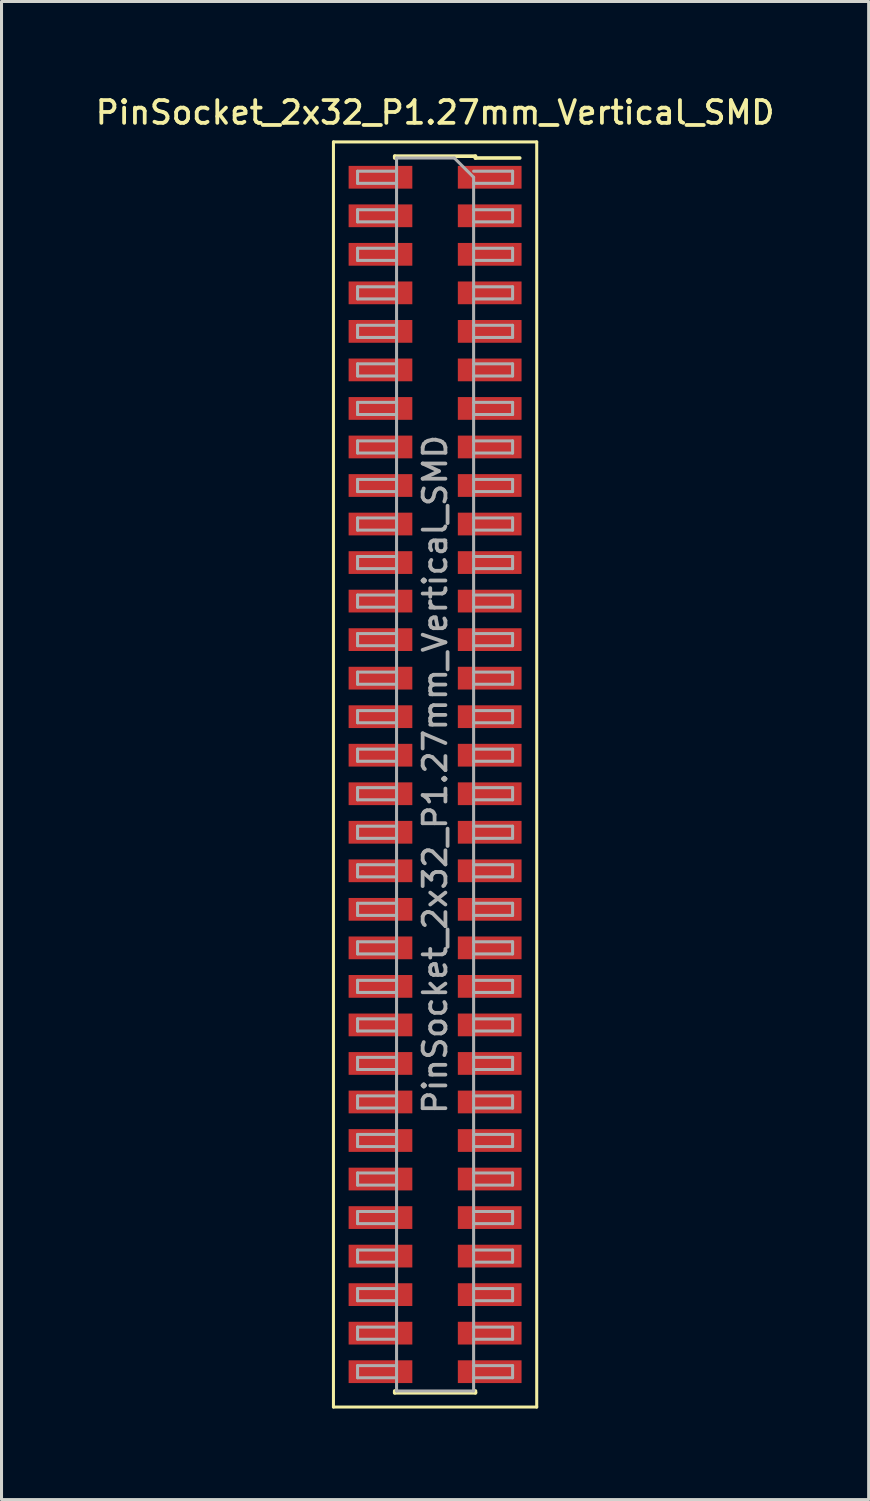
<source format=kicad_pcb>
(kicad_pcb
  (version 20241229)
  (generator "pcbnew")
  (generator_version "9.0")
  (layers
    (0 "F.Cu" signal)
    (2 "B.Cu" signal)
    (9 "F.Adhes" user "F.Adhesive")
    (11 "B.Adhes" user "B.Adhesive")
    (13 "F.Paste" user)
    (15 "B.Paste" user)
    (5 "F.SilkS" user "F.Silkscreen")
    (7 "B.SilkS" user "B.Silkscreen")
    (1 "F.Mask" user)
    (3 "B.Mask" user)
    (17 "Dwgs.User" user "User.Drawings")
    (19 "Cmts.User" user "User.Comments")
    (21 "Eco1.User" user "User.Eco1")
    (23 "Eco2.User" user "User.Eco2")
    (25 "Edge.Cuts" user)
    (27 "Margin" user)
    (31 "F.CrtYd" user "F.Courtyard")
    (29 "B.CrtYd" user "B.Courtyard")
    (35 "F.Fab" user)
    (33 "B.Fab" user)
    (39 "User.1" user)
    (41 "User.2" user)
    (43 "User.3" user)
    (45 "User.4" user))
  (footprint "PinSocket_2x32_P1.27mm_Vertical_SMD"
    (layer "F.Cu")
    (at 11.291 22.478)
    (property "Reference" "PinSocket_2x32_P1.27mm_Vertical_SMD" (at 0 -21.82 0) (layer "F.SilkS") (effects (font (size 0.75 0.75) (thickness 0.125))))
    (attr smd)
    (fp_line (start -3.35 -20.85) (end 3.35 -20.85) (stroke (width 0.1) (type solid)) (layer "F.SilkS"))
    (fp_line (start -3.35 20.85) (end -3.35 -20.85) (stroke (width 0.1) (type solid)) (layer "F.SilkS"))
    (fp_line (start -1.33 -20.38) (end -1.33 -20.32) (stroke (width 0.12) (type solid)) (layer "F.SilkS"))
    (fp_line (start -1.33 -20.38) (end 1.33 -20.38) (stroke (width 0.12) (type solid)) (layer "F.SilkS"))
    (fp_line (start -1.33 20.32) (end -1.33 20.38) (stroke (width 0.12) (type solid)) (layer "F.SilkS"))
    (fp_line (start -1.33 20.38) (end 1.33 20.38) (stroke (width 0.12) (type solid)) (layer "F.SilkS"))
    (fp_line (start 1.33 -20.38) (end 1.33 -20.32) (stroke (width 0.12) (type solid)) (layer "F.SilkS"))
    (fp_line (start 1.33 -20.32) (end 2.79 -20.32) (stroke (width 0.12) (type solid)) (layer "F.SilkS"))
    (fp_line (start 1.33 20.32) (end 1.33 20.38) (stroke (width 0.12) (type solid)) (layer "F.SilkS"))
    (fp_line (start 3.35 -20.85) (end 3.35 20.85) (stroke (width 0.1) (type solid)) (layer "F.SilkS"))
    (fp_line (start 3.35 20.85) (end -3.35 20.85) (stroke (width 0.1) (type solid)) (layer "F.SilkS"))
    (fp_line (start -2.555 -19.885) (end -1.27 -19.885) (stroke (width 0.1) (type solid)) (layer "F.Fab"))
    (fp_line (start -2.555 -19.485) (end -2.555 -19.885) (stroke (width 0.1) (type solid)) (layer "F.Fab"))
    (fp_line (start -2.555 -18.615) (end -1.27 -18.615) (stroke (width 0.1) (type solid)) (layer "F.Fab"))
    (fp_line (start -2.555 -18.215) (end -2.555 -18.615) (stroke (width 0.1) (type solid)) (layer "F.Fab"))
    (fp_line (start -2.555 -17.345) (end -1.27 -17.345) (stroke (width 0.1) (type solid)) (layer "F.Fab"))
    (fp_line (start -2.555 -16.945) (end -2.555 -17.345) (stroke (width 0.1) (type solid)) (layer "F.Fab"))
    (fp_line (start -2.555 -16.075) (end -1.27 -16.075) (stroke (width 0.1) (type solid)) (layer "F.Fab"))
    (fp_line (start -2.555 -15.675) (end -2.555 -16.075) (stroke (width 0.1) (type solid)) (layer "F.Fab"))
    (fp_line (start -2.555 -14.805) (end -1.27 -14.805) (stroke (width 0.1) (type solid)) (layer "F.Fab"))
    (fp_line (start -2.555 -14.405) (end -2.555 -14.805) (stroke (width 0.1) (type solid)) (layer "F.Fab"))
    (fp_line (start -2.555 -13.535) (end -1.27 -13.535) (stroke (width 0.1) (type solid)) (layer "F.Fab"))
    (fp_line (start -2.555 -13.135) (end -2.555 -13.535) (stroke (width 0.1) (type solid)) (layer "F.Fab"))
    (fp_line (start -2.555 -12.265) (end -1.27 -12.265) (stroke (width 0.1) (type solid)) (layer "F.Fab"))
    (fp_line (start -2.555 -11.865) (end -2.555 -12.265) (stroke (width 0.1) (type solid)) (layer "F.Fab"))
    (fp_line (start -2.555 -10.995) (end -1.27 -10.995) (stroke (width 0.1) (type solid)) (layer "F.Fab"))
    (fp_line (start -2.555 -10.595) (end -2.555 -10.995) (stroke (width 0.1) (type solid)) (layer "F.Fab"))
    (fp_line (start -2.555 -9.725) (end -1.27 -9.725) (stroke (width 0.1) (type solid)) (layer "F.Fab"))
    (fp_line (start -2.555 -9.325) (end -2.555 -9.725) (stroke (width 0.1) (type solid)) (layer "F.Fab"))
    (fp_line (start -2.555 -8.455) (end -1.27 -8.455) (stroke (width 0.1) (type solid)) (layer "F.Fab"))
    (fp_line (start -2.555 -8.055) (end -2.555 -8.455) (stroke (width 0.1) (type solid)) (layer "F.Fab"))
    (fp_line (start -2.555 -7.185) (end -1.27 -7.185) (stroke (width 0.1) (type solid)) (layer "F.Fab"))
    (fp_line (start -2.555 -6.785) (end -2.555 -7.185) (stroke (width 0.1) (type solid)) (layer "F.Fab"))
    (fp_line (start -2.555 -5.915) (end -1.27 -5.915) (stroke (width 0.1) (type solid)) (layer "F.Fab"))
    (fp_line (start -2.555 -5.515) (end -2.555 -5.915) (stroke (width 0.1) (type solid)) (layer "F.Fab"))
    (fp_line (start -2.555 -4.645) (end -1.27 -4.645) (stroke (width 0.1) (type solid)) (layer "F.Fab"))
    (fp_line (start -2.555 -4.245) (end -2.555 -4.645) (stroke (width 0.1) (type solid)) (layer "F.Fab"))
    (fp_line (start -2.555 -3.375) (end -1.27 -3.375) (stroke (width 0.1) (type solid)) (layer "F.Fab"))
    (fp_line (start -2.555 -2.975) (end -2.555 -3.375) (stroke (width 0.1) (type solid)) (layer "F.Fab"))
    (fp_line (start -2.555 -2.105) (end -1.27 -2.105) (stroke (width 0.1) (type solid)) (layer "F.Fab"))
    (fp_line (start -2.555 -1.705) (end -2.555 -2.105) (stroke (width 0.1) (type solid)) (layer "F.Fab"))
    (fp_line (start -2.555 -0.835) (end -1.27 -0.835) (stroke (width 0.1) (type solid)) (layer "F.Fab"))
    (fp_line (start -2.555 -0.435) (end -2.555 -0.835) (stroke (width 0.1) (type solid)) (layer "F.Fab"))
    (fp_line (start -2.555 0.435) (end -1.27 0.435) (stroke (width 0.1) (type solid)) (layer "F.Fab"))
    (fp_line (start -2.555 0.835) (end -2.555 0.435) (stroke (width 0.1) (type solid)) (layer "F.Fab"))
    (fp_line (start -2.555 1.705) (end -1.27 1.705) (stroke (width 0.1) (type solid)) (layer "F.Fab"))
    (fp_line (start -2.555 2.105) (end -2.555 1.705) (stroke (width 0.1) (type solid)) (layer "F.Fab"))
    (fp_line (start -2.555 2.975) (end -1.27 2.975) (stroke (width 0.1) (type solid)) (layer "F.Fab"))
    (fp_line (start -2.555 3.375) (end -2.555 2.975) (stroke (width 0.1) (type solid)) (layer "F.Fab"))
    (fp_line (start -2.555 4.245) (end -1.27 4.245) (stroke (width 0.1) (type solid)) (layer "F.Fab"))
    (fp_line (start -2.555 4.645) (end -2.555 4.245) (stroke (width 0.1) (type solid)) (layer "F.Fab"))
    (fp_line (start -2.555 5.515) (end -1.27 5.515) (stroke (width 0.1) (type solid)) (layer "F.Fab"))
    (fp_line (start -2.555 5.915) (end -2.555 5.515) (stroke (width 0.1) (type solid)) (layer "F.Fab"))
    (fp_line (start -2.555 6.785) (end -1.27 6.785) (stroke (width 0.1) (type solid)) (layer "F.Fab"))
    (fp_line (start -2.555 7.185) (end -2.555 6.785) (stroke (width 0.1) (type solid)) (layer "F.Fab"))
    (fp_line (start -2.555 8.055) (end -1.27 8.055) (stroke (width 0.1) (type solid)) (layer "F.Fab"))
    (fp_line (start -2.555 8.455) (end -2.555 8.055) (stroke (width 0.1) (type solid)) (layer "F.Fab"))
    (fp_line (start -2.555 9.325) (end -1.27 9.325) (stroke (width 0.1) (type solid)) (layer "F.Fab"))
    (fp_line (start -2.555 9.725) (end -2.555 9.325) (stroke (width 0.1) (type solid)) (layer "F.Fab"))
    (fp_line (start -2.555 10.595) (end -1.27 10.595) (stroke (width 0.1) (type solid)) (layer "F.Fab"))
    (fp_line (start -2.555 10.995) (end -2.555 10.595) (stroke (width 0.1) (type solid)) (layer "F.Fab"))
    (fp_line (start -2.555 11.865) (end -1.27 11.865) (stroke (width 0.1) (type solid)) (layer "F.Fab"))
    (fp_line (start -2.555 12.265) (end -2.555 11.865) (stroke (width 0.1) (type solid)) (layer "F.Fab"))
    (fp_line (start -2.555 13.135) (end -1.27 13.135) (stroke (width 0.1) (type solid)) (layer "F.Fab"))
    (fp_line (start -2.555 13.535) (end -2.555 13.135) (stroke (width 0.1) (type solid)) (layer "F.Fab"))
    (fp_line (start -2.555 14.405) (end -1.27 14.405) (stroke (width 0.1) (type solid)) (layer "F.Fab"))
    (fp_line (start -2.555 14.805) (end -2.555 14.405) (stroke (width 0.1) (type solid)) (layer "F.Fab"))
    (fp_line (start -2.555 15.675) (end -1.27 15.675) (stroke (width 0.1) (type solid)) (layer "F.Fab"))
    (fp_line (start -2.555 16.075) (end -2.555 15.675) (stroke (width 0.1) (type solid)) (layer "F.Fab"))
    (fp_line (start -2.555 16.945) (end -1.27 16.945) (stroke (width 0.1) (type solid)) (layer "F.Fab"))
    (fp_line (start -2.555 17.345) (end -2.555 16.945) (stroke (width 0.1) (type solid)) (layer "F.Fab"))
    (fp_line (start -2.555 18.215) (end -1.27 18.215) (stroke (width 0.1) (type solid)) (layer "F.Fab"))
    (fp_line (start -2.555 18.615) (end -2.555 18.215) (stroke (width 0.1) (type solid)) (layer "F.Fab"))
    (fp_line (start -2.555 19.485) (end -1.27 19.485) (stroke (width 0.1) (type solid)) (layer "F.Fab"))
    (fp_line (start -2.555 19.885) (end -2.555 19.485) (stroke (width 0.1) (type solid)) (layer "F.Fab"))
    (fp_line (start -1.27 -20.32) (end 0.635 -20.32) (stroke (width 0.1) (type solid)) (layer "F.Fab"))
    (fp_line (start -1.27 -19.485) (end -2.555 -19.485) (stroke (width 0.1) (type solid)) (layer "F.Fab"))
    (fp_line (start -1.27 -18.215) (end -2.555 -18.215) (stroke (width 0.1) (type solid)) (layer "F.Fab"))
    (fp_line (start -1.27 -16.945) (end -2.555 -16.945) (stroke (width 0.1) (type solid)) (layer "F.Fab"))
    (fp_line (start -1.27 -15.675) (end -2.555 -15.675) (stroke (width 0.1) (type solid)) (layer "F.Fab"))
    (fp_line (start -1.27 -14.405) (end -2.555 -14.405) (stroke (width 0.1) (type solid)) (layer "F.Fab"))
    (fp_line (start -1.27 -13.135) (end -2.555 -13.135) (stroke (width 0.1) (type solid)) (layer "F.Fab"))
    (fp_line (start -1.27 -11.865) (end -2.555 -11.865) (stroke (width 0.1) (type solid)) (layer "F.Fab"))
    (fp_line (start -1.27 -10.595) (end -2.555 -10.595) (stroke (width 0.1) (type solid)) (layer "F.Fab"))
    (fp_line (start -1.27 -9.325) (end -2.555 -9.325) (stroke (width 0.1) (type solid)) (layer "F.Fab"))
    (fp_line (start -1.27 -8.055) (end -2.555 -8.055) (stroke (width 0.1) (type solid)) (layer "F.Fab"))
    (fp_line (start -1.27 -6.785) (end -2.555 -6.785) (stroke (width 0.1) (type solid)) (layer "F.Fab"))
    (fp_line (start -1.27 -5.515) (end -2.555 -5.515) (stroke (width 0.1) (type solid)) (layer "F.Fab"))
    (fp_line (start -1.27 -4.245) (end -2.555 -4.245) (stroke (width 0.1) (type solid)) (layer "F.Fab"))
    (fp_line (start -1.27 -2.975) (end -2.555 -2.975) (stroke (width 0.1) (type solid)) (layer "F.Fab"))
    (fp_line (start -1.27 -1.705) (end -2.555 -1.705) (stroke (width 0.1) (type solid)) (layer "F.Fab"))
    (fp_line (start -1.27 -0.435) (end -2.555 -0.435) (stroke (width 0.1) (type solid)) (layer "F.Fab"))
    (fp_line (start -1.27 0.835) (end -2.555 0.835) (stroke (width 0.1) (type solid)) (layer "F.Fab"))
    (fp_line (start -1.27 2.105) (end -2.555 2.105) (stroke (width 0.1) (type solid)) (layer "F.Fab"))
    (fp_line (start -1.27 3.375) (end -2.555 3.375) (stroke (width 0.1) (type solid)) (layer "F.Fab"))
    (fp_line (start -1.27 4.645) (end -2.555 4.645) (stroke (width 0.1) (type solid)) (layer "F.Fab"))
    (fp_line (start -1.27 5.915) (end -2.555 5.915) (stroke (width 0.1) (type solid)) (layer "F.Fab"))
    (fp_line (start -1.27 7.185) (end -2.555 7.185) (stroke (width 0.1) (type solid)) (layer "F.Fab"))
    (fp_line (start -1.27 8.455) (end -2.555 8.455) (stroke (width 0.1) (type solid)) (layer "F.Fab"))
    (fp_line (start -1.27 9.725) (end -2.555 9.725) (stroke (width 0.1) (type solid)) (layer "F.Fab"))
    (fp_line (start -1.27 10.995) (end -2.555 10.995) (stroke (width 0.1) (type solid)) (layer "F.Fab"))
    (fp_line (start -1.27 12.265) (end -2.555 12.265) (stroke (width 0.1) (type solid)) (layer "F.Fab"))
    (fp_line (start -1.27 13.535) (end -2.555 13.535) (stroke (width 0.1) (type solid)) (layer "F.Fab"))
    (fp_line (start -1.27 14.805) (end -2.555 14.805) (stroke (width 0.1) (type solid)) (layer "F.Fab"))
    (fp_line (start -1.27 16.075) (end -2.555 16.075) (stroke (width 0.1) (type solid)) (layer "F.Fab"))
    (fp_line (start -1.27 17.345) (end -2.555 17.345) (stroke (width 0.1) (type solid)) (layer "F.Fab"))
    (fp_line (start -1.27 18.615) (end -2.555 18.615) (stroke (width 0.1) (type solid)) (layer "F.Fab"))
    (fp_line (start -1.27 19.885) (end -2.555 19.885) (stroke (width 0.1) (type solid)) (layer "F.Fab"))
    (fp_line (start -1.27 20.32) (end -1.27 -20.32) (stroke (width 0.1) (type solid)) (layer "F.Fab"))
    (fp_line (start 0.635 -20.32) (end 1.27 -19.685) (stroke (width 0.1) (type solid)) (layer "F.Fab"))
    (fp_line (start 1.27 -19.885) (end 2.555 -19.885) (stroke (width 0.1) (type solid)) (layer "F.Fab"))
    (fp_line (start 1.27 -19.685) (end 1.27 20.32) (stroke (width 0.1) (type solid)) (layer "F.Fab"))
    (fp_line (start 1.27 -18.615) (end 2.555 -18.615) (stroke (width 0.1) (type solid)) (layer "F.Fab"))
    (fp_line (start 1.27 -17.345) (end 2.555 -17.345) (stroke (width 0.1) (type solid)) (layer "F.Fab"))
    (fp_line (start 1.27 -16.075) (end 2.555 -16.075) (stroke (width 0.1) (type solid)) (layer "F.Fab"))
    (fp_line (start 1.27 -14.805) (end 2.555 -14.805) (stroke (width 0.1) (type solid)) (layer "F.Fab"))
    (fp_line (start 1.27 -13.535) (end 2.555 -13.535) (stroke (width 0.1) (type solid)) (layer "F.Fab"))
    (fp_line (start 1.27 -12.265) (end 2.555 -12.265) (stroke (width 0.1) (type solid)) (layer "F.Fab"))
    (fp_line (start 1.27 -10.995) (end 2.555 -10.995) (stroke (width 0.1) (type solid)) (layer "F.Fab"))
    (fp_line (start 1.27 -9.725) (end 2.555 -9.725) (stroke (width 0.1) (type solid)) (layer "F.Fab"))
    (fp_line (start 1.27 -8.455) (end 2.555 -8.455) (stroke (width 0.1) (type solid)) (layer "F.Fab"))
    (fp_line (start 1.27 -7.185) (end 2.555 -7.185) (stroke (width 0.1) (type solid)) (layer "F.Fab"))
    (fp_line (start 1.27 -5.915) (end 2.555 -5.915) (stroke (width 0.1) (type solid)) (layer "F.Fab"))
    (fp_line (start 1.27 -4.645) (end 2.555 -4.645) (stroke (width 0.1) (type solid)) (layer "F.Fab"))
    (fp_line (start 1.27 -3.375) (end 2.555 -3.375) (stroke (width 0.1) (type solid)) (layer "F.Fab"))
    (fp_line (start 1.27 -2.105) (end 2.555 -2.105) (stroke (width 0.1) (type solid)) (layer "F.Fab"))
    (fp_line (start 1.27 -0.835) (end 2.555 -0.835) (stroke (width 0.1) (type solid)) (layer "F.Fab"))
    (fp_line (start 1.27 0.435) (end 2.555 0.435) (stroke (width 0.1) (type solid)) (layer "F.Fab"))
    (fp_line (start 1.27 1.705) (end 2.555 1.705) (stroke (width 0.1) (type solid)) (layer "F.Fab"))
    (fp_line (start 1.27 2.975) (end 2.555 2.975) (stroke (width 0.1) (type solid)) (layer "F.Fab"))
    (fp_line (start 1.27 4.245) (end 2.555 4.245) (stroke (width 0.1) (type solid)) (layer "F.Fab"))
    (fp_line (start 1.27 5.515) (end 2.555 5.515) (stroke (width 0.1) (type solid)) (layer "F.Fab"))
    (fp_line (start 1.27 6.785) (end 2.555 6.785) (stroke (width 0.1) (type solid)) (layer "F.Fab"))
    (fp_line (start 1.27 8.055) (end 2.555 8.055) (stroke (width 0.1) (type solid)) (layer "F.Fab"))
    (fp_line (start 1.27 9.325) (end 2.555 9.325) (stroke (width 0.1) (type solid)) (layer "F.Fab"))
    (fp_line (start 1.27 10.595) (end 2.555 10.595) (stroke (width 0.1) (type solid)) (layer "F.Fab"))
    (fp_line (start 1.27 11.865) (end 2.555 11.865) (stroke (width 0.1) (type solid)) (layer "F.Fab"))
    (fp_line (start 1.27 13.135) (end 2.555 13.135) (stroke (width 0.1) (type solid)) (layer "F.Fab"))
    (fp_line (start 1.27 14.405) (end 2.555 14.405) (stroke (width 0.1) (type solid)) (layer "F.Fab"))
    (fp_line (start 1.27 15.675) (end 2.555 15.675) (stroke (width 0.1) (type solid)) (layer "F.Fab"))
    (fp_line (start 1.27 16.945) (end 2.555 16.945) (stroke (width 0.1) (type solid)) (layer "F.Fab"))
    (fp_line (start 1.27 18.215) (end 2.555 18.215) (stroke (width 0.1) (type solid)) (layer "F.Fab"))
    (fp_line (start 1.27 19.485) (end 2.555 19.485) (stroke (width 0.1) (type solid)) (layer "F.Fab"))
    (fp_line (start 1.27 20.32) (end -1.27 20.32) (stroke (width 0.1) (type solid)) (layer "F.Fab"))
    (fp_line (start 2.555 -19.885) (end 2.555 -19.485) (stroke (width 0.1) (type solid)) (layer "F.Fab"))
    (fp_line (start 2.555 -19.485) (end 1.27 -19.485) (stroke (width 0.1) (type solid)) (layer "F.Fab"))
    (fp_line (start 2.555 -18.615) (end 2.555 -18.215) (stroke (width 0.1) (type solid)) (layer "F.Fab"))
    (fp_line (start 2.555 -18.215) (end 1.27 -18.215) (stroke (width 0.1) (type solid)) (layer "F.Fab"))
    (fp_line (start 2.555 -17.345) (end 2.555 -16.945) (stroke (width 0.1) (type solid)) (layer "F.Fab"))
    (fp_line (start 2.555 -16.945) (end 1.27 -16.945) (stroke (width 0.1) (type solid)) (layer "F.Fab"))
    (fp_line (start 2.555 -16.075) (end 2.555 -15.675) (stroke (width 0.1) (type solid)) (layer "F.Fab"))
    (fp_line (start 2.555 -15.675) (end 1.27 -15.675) (stroke (width 0.1) (type solid)) (layer "F.Fab"))
    (fp_line (start 2.555 -14.805) (end 2.555 -14.405) (stroke (width 0.1) (type solid)) (layer "F.Fab"))
    (fp_line (start 2.555 -14.405) (end 1.27 -14.405) (stroke (width 0.1) (type solid)) (layer "F.Fab"))
    (fp_line (start 2.555 -13.535) (end 2.555 -13.135) (stroke (width 0.1) (type solid)) (layer "F.Fab"))
    (fp_line (start 2.555 -13.135) (end 1.27 -13.135) (stroke (width 0.1) (type solid)) (layer "F.Fab"))
    (fp_line (start 2.555 -12.265) (end 2.555 -11.865) (stroke (width 0.1) (type solid)) (layer "F.Fab"))
    (fp_line (start 2.555 -11.865) (end 1.27 -11.865) (stroke (width 0.1) (type solid)) (layer "F.Fab"))
    (fp_line (start 2.555 -10.995) (end 2.555 -10.595) (stroke (width 0.1) (type solid)) (layer "F.Fab"))
    (fp_line (start 2.555 -10.595) (end 1.27 -10.595) (stroke (width 0.1) (type solid)) (layer "F.Fab"))
    (fp_line (start 2.555 -9.725) (end 2.555 -9.325) (stroke (width 0.1) (type solid)) (layer "F.Fab"))
    (fp_line (start 2.555 -9.325) (end 1.27 -9.325) (stroke (width 0.1) (type solid)) (layer "F.Fab"))
    (fp_line (start 2.555 -8.455) (end 2.555 -8.055) (stroke (width 0.1) (type solid)) (layer "F.Fab"))
    (fp_line (start 2.555 -8.055) (end 1.27 -8.055) (stroke (width 0.1) (type solid)) (layer "F.Fab"))
    (fp_line (start 2.555 -7.185) (end 2.555 -6.785) (stroke (width 0.1) (type solid)) (layer "F.Fab"))
    (fp_line (start 2.555 -6.785) (end 1.27 -6.785) (stroke (width 0.1) (type solid)) (layer "F.Fab"))
    (fp_line (start 2.555 -5.915) (end 2.555 -5.515) (stroke (width 0.1) (type solid)) (layer "F.Fab"))
    (fp_line (start 2.555 -5.515) (end 1.27 -5.515) (stroke (width 0.1) (type solid)) (layer "F.Fab"))
    (fp_line (start 2.555 -4.645) (end 2.555 -4.245) (stroke (width 0.1) (type solid)) (layer "F.Fab"))
    (fp_line (start 2.555 -4.245) (end 1.27 -4.245) (stroke (width 0.1) (type solid)) (layer "F.Fab"))
    (fp_line (start 2.555 -3.375) (end 2.555 -2.975) (stroke (width 0.1) (type solid)) (layer "F.Fab"))
    (fp_line (start 2.555 -2.975) (end 1.27 -2.975) (stroke (width 0.1) (type solid)) (layer "F.Fab"))
    (fp_line (start 2.555 -2.105) (end 2.555 -1.705) (stroke (width 0.1) (type solid)) (layer "F.Fab"))
    (fp_line (start 2.555 -1.705) (end 1.27 -1.705) (stroke (width 0.1) (type solid)) (layer "F.Fab"))
    (fp_line (start 2.555 -0.835) (end 2.555 -0.435) (stroke (width 0.1) (type solid)) (layer "F.Fab"))
    (fp_line (start 2.555 -0.435) (end 1.27 -0.435) (stroke (width 0.1) (type solid)) (layer "F.Fab"))
    (fp_line (start 2.555 0.435) (end 2.555 0.835) (stroke (width 0.1) (type solid)) (layer "F.Fab"))
    (fp_line (start 2.555 0.835) (end 1.27 0.835) (stroke (width 0.1) (type solid)) (layer "F.Fab"))
    (fp_line (start 2.555 1.705) (end 2.555 2.105) (stroke (width 0.1) (type solid)) (layer "F.Fab"))
    (fp_line (start 2.555 2.105) (end 1.27 2.105) (stroke (width 0.1) (type solid)) (layer "F.Fab"))
    (fp_line (start 2.555 2.975) (end 2.555 3.375) (stroke (width 0.1) (type solid)) (layer "F.Fab"))
    (fp_line (start 2.555 3.375) (end 1.27 3.375) (stroke (width 0.1) (type solid)) (layer "F.Fab"))
    (fp_line (start 2.555 4.245) (end 2.555 4.645) (stroke (width 0.1) (type solid)) (layer "F.Fab"))
    (fp_line (start 2.555 4.645) (end 1.27 4.645) (stroke (width 0.1) (type solid)) (layer "F.Fab"))
    (fp_line (start 2.555 5.515) (end 2.555 5.915) (stroke (width 0.1) (type solid)) (layer "F.Fab"))
    (fp_line (start 2.555 5.915) (end 1.27 5.915) (stroke (width 0.1) (type solid)) (layer "F.Fab"))
    (fp_line (start 2.555 6.785) (end 2.555 7.185) (stroke (width 0.1) (type solid)) (layer "F.Fab"))
    (fp_line (start 2.555 7.185) (end 1.27 7.185) (stroke (width 0.1) (type solid)) (layer "F.Fab"))
    (fp_line (start 2.555 8.055) (end 2.555 8.455) (stroke (width 0.1) (type solid)) (layer "F.Fab"))
    (fp_line (start 2.555 8.455) (end 1.27 8.455) (stroke (width 0.1) (type solid)) (layer "F.Fab"))
    (fp_line (start 2.555 9.325) (end 2.555 9.725) (stroke (width 0.1) (type solid)) (layer "F.Fab"))
    (fp_line (start 2.555 9.725) (end 1.27 9.725) (stroke (width 0.1) (type solid)) (layer "F.Fab"))
    (fp_line (start 2.555 10.595) (end 2.555 10.995) (stroke (width 0.1) (type solid)) (layer "F.Fab"))
    (fp_line (start 2.555 10.995) (end 1.27 10.995) (stroke (width 0.1) (type solid)) (layer "F.Fab"))
    (fp_line (start 2.555 11.865) (end 2.555 12.265) (stroke (width 0.1) (type solid)) (layer "F.Fab"))
    (fp_line (start 2.555 12.265) (end 1.27 12.265) (stroke (width 0.1) (type solid)) (layer "F.Fab"))
    (fp_line (start 2.555 13.135) (end 2.555 13.535) (stroke (width 0.1) (type solid)) (layer "F.Fab"))
    (fp_line (start 2.555 13.535) (end 1.27 13.535) (stroke (width 0.1) (type solid)) (layer "F.Fab"))
    (fp_line (start 2.555 14.405) (end 2.555 14.805) (stroke (width 0.1) (type solid)) (layer "F.Fab"))
    (fp_line (start 2.555 14.805) (end 1.27 14.805) (stroke (width 0.1) (type solid)) (layer "F.Fab"))
    (fp_line (start 2.555 15.675) (end 2.555 16.075) (stroke (width 0.1) (type solid)) (layer "F.Fab"))
    (fp_line (start 2.555 16.075) (end 1.27 16.075) (stroke (width 0.1) (type solid)) (layer "F.Fab"))
    (fp_line (start 2.555 16.945) (end 2.555 17.345) (stroke (width 0.1) (type solid)) (layer "F.Fab"))
    (fp_line (start 2.555 17.345) (end 1.27 17.345) (stroke (width 0.1) (type solid)) (layer "F.Fab"))
    (fp_line (start 2.555 18.215) (end 2.555 18.615) (stroke (width 0.1) (type solid)) (layer "F.Fab"))
    (fp_line (start 2.555 18.615) (end 1.27 18.615) (stroke (width 0.1) (type solid)) (layer "F.Fab"))
    (fp_line (start 2.555 19.485) (end 2.555 19.885) (stroke (width 0.1) (type solid)) (layer "F.Fab"))
    (fp_line (start 2.555 19.885) (end 1.27 19.885) (stroke (width 0.1) (type solid)) (layer "F.Fab"))
    (fp_text user "${REFERENCE}" (at 0 0 90) (layer "F.Fab") (effects (font (size 0.75 0.75) (thickness 0.125))))
    (pad "1" smd rect (at 1.8 -19.685) (size 2.1 0.75) (layers "F.Cu" "F.Mask" "F.Paste"))
    (pad "2" smd rect (at -1.8 -19.685) (size 2.1 0.75) (layers "F.Cu" "F.Mask" "F.Paste"))
    (pad "3" smd rect (at 1.8 -18.415) (size 2.1 0.75) (layers "F.Cu" "F.Mask" "F.Paste"))
    (pad "4" smd rect (at -1.8 -18.415) (size 2.1 0.75) (layers "F.Cu" "F.Mask" "F.Paste"))
    (pad "5" smd rect (at 1.8 -17.145) (size 2.1 0.75) (layers "F.Cu" "F.Mask" "F.Paste"))
    (pad "6" smd rect (at -1.8 -17.145) (size 2.1 0.75) (layers "F.Cu" "F.Mask" "F.Paste"))
    (pad "7" smd rect (at 1.8 -15.875) (size 2.1 0.75) (layers "F.Cu" "F.Mask" "F.Paste"))
    (pad "8" smd rect (at -1.8 -15.875) (size 2.1 0.75) (layers "F.Cu" "F.Mask" "F.Paste"))
    (pad "9" smd rect (at 1.8 -14.605) (size 2.1 0.75) (layers "F.Cu" "F.Mask" "F.Paste"))
    (pad "10" smd rect (at -1.8 -14.605) (size 2.1 0.75) (layers "F.Cu" "F.Mask" "F.Paste"))
    (pad "11" smd rect (at 1.8 -13.335) (size 2.1 0.75) (layers "F.Cu" "F.Mask" "F.Paste"))
    (pad "12" smd rect (at -1.8 -13.335) (size 2.1 0.75) (layers "F.Cu" "F.Mask" "F.Paste"))
    (pad "13" smd rect (at 1.8 -12.065) (size 2.1 0.75) (layers "F.Cu" "F.Mask" "F.Paste"))
    (pad "14" smd rect (at -1.8 -12.065) (size 2.1 0.75) (layers "F.Cu" "F.Mask" "F.Paste"))
    (pad "15" smd rect (at 1.8 -10.795) (size 2.1 0.75) (layers "F.Cu" "F.Mask" "F.Paste"))
    (pad "16" smd rect (at -1.8 -10.795) (size 2.1 0.75) (layers "F.Cu" "F.Mask" "F.Paste"))
    (pad "17" smd rect (at 1.8 -9.525) (size 2.1 0.75) (layers "F.Cu" "F.Mask" "F.Paste"))
    (pad "18" smd rect (at -1.8 -9.525) (size 2.1 0.75) (layers "F.Cu" "F.Mask" "F.Paste"))
    (pad "19" smd rect (at 1.8 -8.255) (size 2.1 0.75) (layers "F.Cu" "F.Mask" "F.Paste"))
    (pad "20" smd rect (at -1.8 -8.255) (size 2.1 0.75) (layers "F.Cu" "F.Mask" "F.Paste"))
    (pad "21" smd rect (at 1.8 -6.985) (size 2.1 0.75) (layers "F.Cu" "F.Mask" "F.Paste"))
    (pad "22" smd rect (at -1.8 -6.985) (size 2.1 0.75) (layers "F.Cu" "F.Mask" "F.Paste"))
    (pad "23" smd rect (at 1.8 -5.715) (size 2.1 0.75) (layers "F.Cu" "F.Mask" "F.Paste"))
    (pad "24" smd rect (at -1.8 -5.715) (size 2.1 0.75) (layers "F.Cu" "F.Mask" "F.Paste"))
    (pad "25" smd rect (at 1.8 -4.445) (size 2.1 0.75) (layers "F.Cu" "F.Mask" "F.Paste"))
    (pad "26" smd rect (at -1.8 -4.445) (size 2.1 0.75) (layers "F.Cu" "F.Mask" "F.Paste"))
    (pad "27" smd rect (at 1.8 -3.175) (size 2.1 0.75) (layers "F.Cu" "F.Mask" "F.Paste"))
    (pad "28" smd rect (at -1.8 -3.175) (size 2.1 0.75) (layers "F.Cu" "F.Mask" "F.Paste"))
    (pad "29" smd rect (at 1.8 -1.905) (size 2.1 0.75) (layers "F.Cu" "F.Mask" "F.Paste"))
    (pad "30" smd rect (at -1.8 -1.905) (size 2.1 0.75) (layers "F.Cu" "F.Mask" "F.Paste"))
    (pad "31" smd rect (at 1.8 -0.635) (size 2.1 0.75) (layers "F.Cu" "F.Mask" "F.Paste"))
    (pad "32" smd rect (at -1.8 -0.635) (size 2.1 0.75) (layers "F.Cu" "F.Mask" "F.Paste"))
    (pad "33" smd rect (at 1.8 0.635) (size 2.1 0.75) (layers "F.Cu" "F.Mask" "F.Paste"))
    (pad "34" smd rect (at -1.8 0.635) (size 2.1 0.75) (layers "F.Cu" "F.Mask" "F.Paste"))
    (pad "35" smd rect (at 1.8 1.905) (size 2.1 0.75) (layers "F.Cu" "F.Mask" "F.Paste"))
    (pad "36" smd rect (at -1.8 1.905) (size 2.1 0.75) (layers "F.Cu" "F.Mask" "F.Paste"))
    (pad "37" smd rect (at 1.8 3.175) (size 2.1 0.75) (layers "F.Cu" "F.Mask" "F.Paste"))
    (pad "38" smd rect (at -1.8 3.175) (size 2.1 0.75) (layers "F.Cu" "F.Mask" "F.Paste"))
    (pad "39" smd rect (at 1.8 4.445) (size 2.1 0.75) (layers "F.Cu" "F.Mask" "F.Paste"))
    (pad "40" smd rect (at -1.8 4.445) (size 2.1 0.75) (layers "F.Cu" "F.Mask" "F.Paste"))
    (pad "41" smd rect (at 1.8 5.715) (size 2.1 0.75) (layers "F.Cu" "F.Mask" "F.Paste"))
    (pad "42" smd rect (at -1.8 5.715) (size 2.1 0.75) (layers "F.Cu" "F.Mask" "F.Paste"))
    (pad "43" smd rect (at 1.8 6.985) (size 2.1 0.75) (layers "F.Cu" "F.Mask" "F.Paste"))
    (pad "44" smd rect (at -1.8 6.985) (size 2.1 0.75) (layers "F.Cu" "F.Mask" "F.Paste"))
    (pad "45" smd rect (at 1.8 8.255) (size 2.1 0.75) (layers "F.Cu" "F.Mask" "F.Paste"))
    (pad "46" smd rect (at -1.8 8.255) (size 2.1 0.75) (layers "F.Cu" "F.Mask" "F.Paste"))
    (pad "47" smd rect (at 1.8 9.525) (size 2.1 0.75) (layers "F.Cu" "F.Mask" "F.Paste"))
    (pad "48" smd rect (at -1.8 9.525) (size 2.1 0.75) (layers "F.Cu" "F.Mask" "F.Paste"))
    (pad "49" smd rect (at 1.8 10.795) (size 2.1 0.75) (layers "F.Cu" "F.Mask" "F.Paste"))
    (pad "50" smd rect (at -1.8 10.795) (size 2.1 0.75) (layers "F.Cu" "F.Mask" "F.Paste"))
    (pad "51" smd rect (at 1.8 12.065) (size 2.1 0.75) (layers "F.Cu" "F.Mask" "F.Paste"))
    (pad "52" smd rect (at -1.8 12.065) (size 2.1 0.75) (layers "F.Cu" "F.Mask" "F.Paste"))
    (pad "53" smd rect (at 1.8 13.335) (size 2.1 0.75) (layers "F.Cu" "F.Mask" "F.Paste"))
    (pad "54" smd rect (at -1.8 13.335) (size 2.1 0.75) (layers "F.Cu" "F.Mask" "F.Paste"))
    (pad "55" smd rect (at 1.8 14.605) (size 2.1 0.75) (layers "F.Cu" "F.Mask" "F.Paste"))
    (pad "56" smd rect (at -1.8 14.605) (size 2.1 0.75) (layers "F.Cu" "F.Mask" "F.Paste"))
    (pad "57" smd rect (at 1.8 15.875) (size 2.1 0.75) (layers "F.Cu" "F.Mask" "F.Paste"))
    (pad "58" smd rect (at -1.8 15.875) (size 2.1 0.75) (layers "F.Cu" "F.Mask" "F.Paste"))
    (pad "59" smd rect (at 1.8 17.145) (size 2.1 0.75) (layers "F.Cu" "F.Mask" "F.Paste"))
    (pad "60" smd rect (at -1.8 17.145) (size 2.1 0.75) (layers "F.Cu" "F.Mask" "F.Paste"))
    (pad "61" smd rect (at 1.8 18.415) (size 2.1 0.75) (layers "F.Cu" "F.Mask" "F.Paste"))
    (pad "62" smd rect (at -1.8 18.415) (size 2.1 0.75) (layers "F.Cu" "F.Mask" "F.Paste"))
    (pad "63" smd rect (at 1.8 19.685) (size 2.1 0.75) (layers "F.Cu" "F.Mask" "F.Paste"))
    (pad "64" smd rect (at -1.8 19.685) (size 2.1 0.75) (layers "F.Cu" "F.Mask" "F.Paste")))
  (gr_rect
    (start -3 -3)
    (end 25.582 46.378)
    (stroke (width 0.1) (type default))
    (fill no)
    (layer "Edge.Cuts")))
</source>
